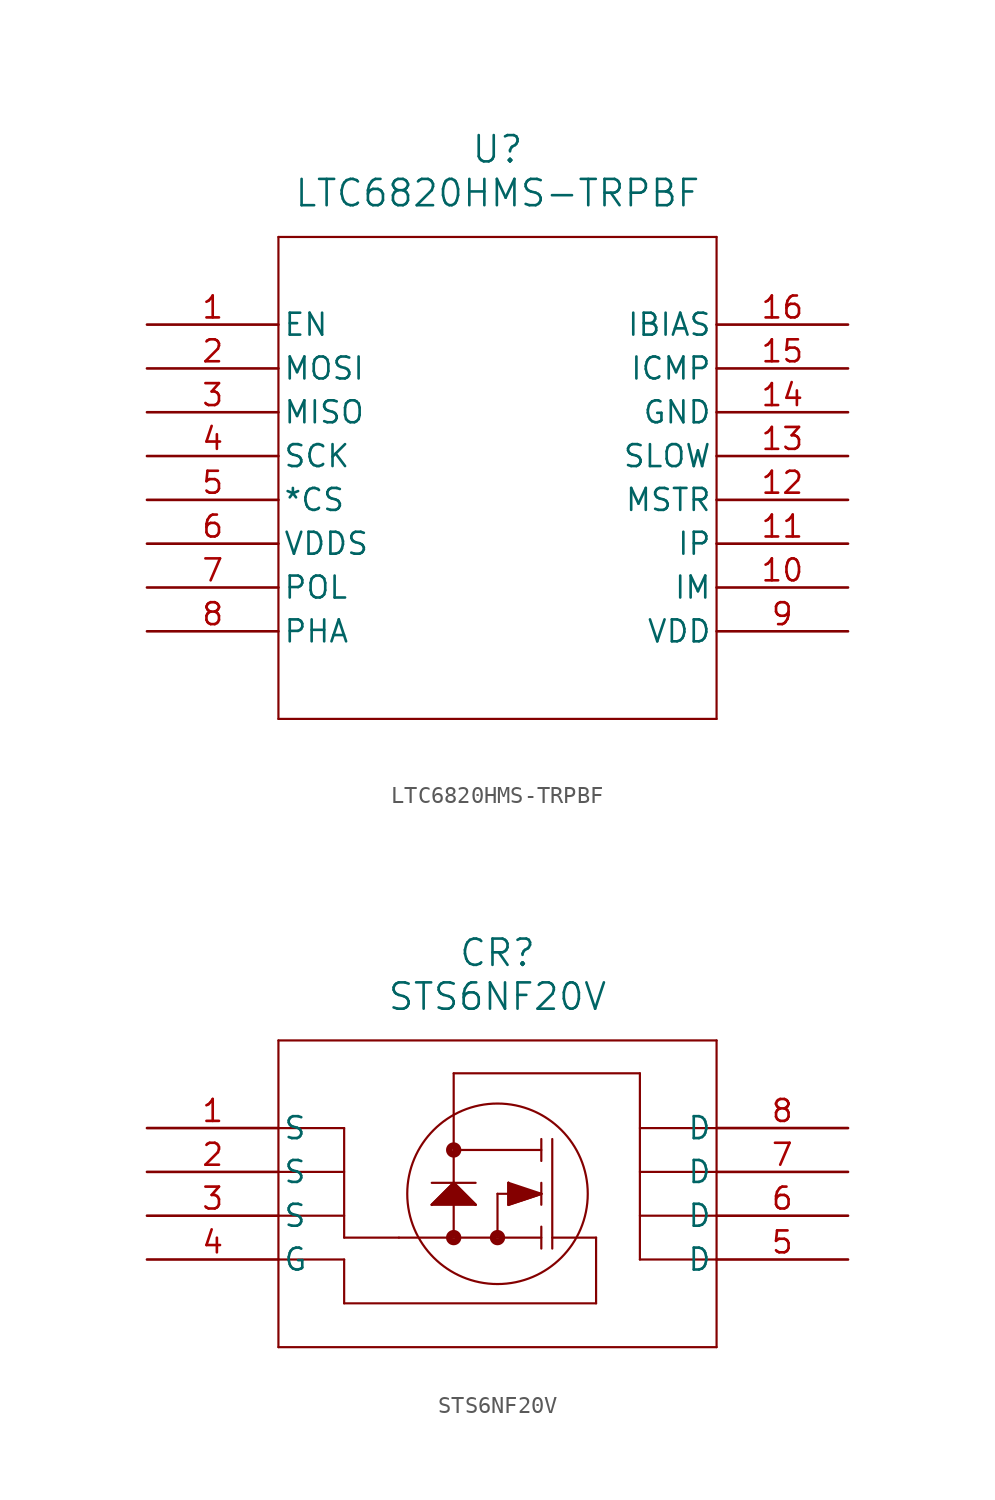
<source format=kicad_sym>
(kicad_symbol_lib
  (version 20231120)
  (generator "kicad_symbol_editor")
  (generator_version "8.0")
  (symbol "LTC6820HMS-TRPBF"
    (pin_names
      (offset 0.254))
    (property "Reference" "U"
      (at 20.32 10.16 0)
      (effects (font (size 1.524 1.524))))
    (property "Value" "LTC6820HMS-TRPBF"
      (at 20.32 7.62 0)
      (effects (font (size 1.524 1.524))))
    (property "ki_locked" ""
      (at 0 0 0)
      (effects (font (size 1.27 1.27))))
    (symbol "LTC6820HMS-TRPBF_0_1"
      (polyline (pts (xy 7.62 -22.86) (xy 33.02 -22.86)) (stroke (width 0.127) (type default)) (fill (type none)))
      (polyline (pts (xy 7.62 5.08) (xy 7.62 -22.86)) (stroke (width 0.127) (type default)) (fill (type none)))
      (polyline (pts (xy 33.02 -22.86) (xy 33.02 5.08)) (stroke (width 0.127) (type default)) (fill (type none)))
      (polyline (pts (xy 33.02 5.08) (xy 7.62 5.08)) (stroke (width 0.127) (type default)) (fill (type none)))
      (pin input line (at 0 0 0) (length 7.62) (name "EN" (effects (font (size 1.27 1.27)))) (number "1" (effects (font (size 1.27 1.27)))))
      (pin bidirectional line (at 40.64 -15.24 180) (length 7.62) (name "IM" (effects (font (size 1.27 1.27)))) (number "10" (effects (font (size 1.27 1.27)))))
      (pin bidirectional line (at 40.64 -12.7 180) (length 7.62) (name "IP" (effects (font (size 1.27 1.27)))) (number "11" (effects (font (size 1.27 1.27)))))
      (pin input line (at 40.64 -10.16 180) (length 7.62) (name "MSTR" (effects (font (size 1.27 1.27)))) (number "12" (effects (font (size 1.27 1.27)))))
      (pin input line (at 40.64 -7.62 180) (length 7.62) (name "SLOW" (effects (font (size 1.27 1.27)))) (number "13" (effects (font (size 1.27 1.27)))))
      (pin power_out line (at 40.64 -5.08 180) (length 7.62) (name "GND" (effects (font (size 1.27 1.27)))) (number "14" (effects (font (size 1.27 1.27)))))
      (pin unspecified line (at 40.64 -2.54 180) (length 7.62) (name "ICMP" (effects (font (size 1.27 1.27)))) (number "15" (effects (font (size 1.27 1.27)))))
      (pin power_in line (at 40.64 0 180) (length 7.62) (name "IBIAS" (effects (font (size 1.27 1.27)))) (number "16" (effects (font (size 1.27 1.27)))))
      (pin bidirectional line (at 0 -2.54 0) (length 7.62) (name "MOSI" (effects (font (size 1.27 1.27)))) (number "2" (effects (font (size 1.27 1.27)))))
      (pin bidirectional line (at 0 -5.08 0) (length 7.62) (name "MISO" (effects (font (size 1.27 1.27)))) (number "3" (effects (font (size 1.27 1.27)))))
      (pin bidirectional line (at 0 -7.62 0) (length 7.62) (name "SCK" (effects (font (size 1.27 1.27)))) (number "4" (effects (font (size 1.27 1.27)))))
      (pin bidirectional line (at 0 -10.16 0) (length 7.62) (name "*CS" (effects (font (size 1.27 1.27)))) (number "5" (effects (font (size 1.27 1.27)))))
      (pin power_in line (at 0 -12.7 0) (length 7.62) (name "VDDS" (effects (font (size 1.27 1.27)))) (number "6" (effects (font (size 1.27 1.27)))))
      (pin input line (at 0 -15.24 0) (length 7.62) (name "POL" (effects (font (size 1.27 1.27)))) (number "7" (effects (font (size 1.27 1.27)))))
      (pin input line (at 0 -17.78 0) (length 7.62) (name "PHA" (effects (font (size 1.27 1.27)))) (number "8" (effects (font (size 1.27 1.27)))))
      (pin power_in line (at 40.64 -17.78 180) (length 7.62) (name "VDD" (effects (font (size 1.27 1.27)))) (number "9" (effects (font (size 1.27 1.27)))))))
  (symbol "STS6NF20V"
    (pin_names
      (offset 0.254))
    (property "Reference" "CR"
      (at 20.32 10.16 0)
      (effects (font (size 1.524 1.524))))
    (property "Value" "STS6NF20V"
      (at 20.32 7.62 0)
      (effects (font (size 1.524 1.524))))
    (property "ki_locked" ""
      (at 0 0 0)
      (effects (font (size 1.27 1.27))))
    (symbol "STS6NF20V_0_1"
      (polyline (pts (xy 7.62 -12.7) (xy 33.02 -12.7)) (stroke (width 0.127) (type default)) (fill (type none)))
      (polyline (pts (xy 7.62 -5.08) (xy 11.43 -5.08)) (stroke (width 0.127) (type default)) (fill (type none)))
      (polyline (pts (xy 7.62 -2.54) (xy 11.43 -2.54)) (stroke (width 0.127) (type default)) (fill (type none)))
      (polyline (pts (xy 7.62 0) (xy 11.43 0)) (stroke (width 0.127) (type default)) (fill (type none)))
      (polyline (pts (xy 7.62 5.08) (xy 7.62 -12.7)) (stroke (width 0.127) (type default)) (fill (type none)))
      (polyline (pts (xy 11.43 -10.16) (xy 11.43 -7.62)) (stroke (width 0.127) (type default)) (fill (type none)))
      (polyline (pts (xy 11.43 -7.62) (xy 7.62 -7.62)) (stroke (width 0.127) (type default)) (fill (type none)))
      (polyline (pts (xy 11.43 -6.35) (xy 14.605 -6.35)) (stroke (width 0.127) (type default)) (fill (type none)))
      (polyline (pts (xy 11.43 0) (xy 11.43 -6.35)) (stroke (width 0.127) (type default)) (fill (type none)))
      (polyline (pts (xy 16.51 -4.445) (xy 17.78 -3.175)) (stroke (width 0.127) (type default)) (fill (type none)))
      (polyline (pts (xy 16.51 -4.445) (xy 19.05 -4.445)) (stroke (width 0.127) (type default)) (fill (type none)))
      (polyline (pts (xy 16.51 -3.175) (xy 19.05 -3.175)) (stroke (width 0.127) (type default)) (fill (type none)))
      (polyline (pts (xy 17.78 -6.35) (xy 17.78 3.175)) (stroke (width 0.127) (type default)) (fill (type none)))
      (polyline (pts (xy 17.78 3.175) (xy 28.575 3.175)) (stroke (width 0.127) (type default)) (fill (type none)))
      (polyline (pts (xy 19.05 -4.445) (xy 17.78 -3.175)) (stroke (width 0.127) (type default)) (fill (type none)))
      (polyline (pts (xy 20.32 -3.81) (xy 20.32 -6.35)) (stroke (width 0.127) (type default)) (fill (type none)))
      (polyline (pts (xy 20.32 -3.81) (xy 22.86 -3.81)) (stroke (width 0.127) (type default)) (fill (type none)))
      (polyline (pts (xy 20.955 -4.445) (xy 22.86 -3.81)) (stroke (width 0.127) (type default)) (fill (type none)))
      (polyline (pts (xy 20.955 -3.175) (xy 20.955 -4.445)) (stroke (width 0.127) (type default)) (fill (type none)))
      (polyline (pts (xy 22.86 -6.985) (xy 22.86 -5.715)) (stroke (width 0.127) (type default)) (fill (type none)))
      (polyline (pts (xy 22.86 -6.35) (xy 14.605 -6.35)) (stroke (width 0.127) (type default)) (fill (type none)))
      (polyline (pts (xy 22.86 -4.445) (xy 22.86 -3.175)) (stroke (width 0.127) (type default)) (fill (type none)))
      (polyline (pts (xy 22.86 -3.81) (xy 20.955 -3.175)) (stroke (width 0.127) (type default)) (fill (type none)))
      (polyline (pts (xy 22.86 -1.905) (xy 22.86 -0.635)) (stroke (width 0.127) (type default)) (fill (type none)))
      (polyline (pts (xy 22.86 -1.27) (xy 17.78 -1.27)) (stroke (width 0.127) (type default)) (fill (type none)))
      (polyline (pts (xy 23.495 -6.35) (xy 26.035 -6.35)) (stroke (width 0.127) (type default)) (fill (type none)))
      (polyline (pts (xy 23.495 -0.635) (xy 23.495 -6.985)) (stroke (width 0.127) (type default)) (fill (type none)))
      (polyline (pts (xy 26.035 -10.16) (xy 11.43 -10.16)) (stroke (width 0.127) (type default)) (fill (type none)))
      (polyline (pts (xy 26.035 -6.35) (xy 26.035 -10.16)) (stroke (width 0.127) (type default)) (fill (type none)))
      (polyline (pts (xy 28.575 -7.62) (xy 33.02 -7.62)) (stroke (width 0.127) (type default)) (fill (type none)))
      (polyline (pts (xy 28.575 3.175) (xy 28.575 -7.62)) (stroke (width 0.127) (type default)) (fill (type none)))
      (polyline (pts (xy 33.02 -12.7) (xy 33.02 5.08)) (stroke (width 0.127) (type default)) (fill (type none)))
      (polyline (pts (xy 33.02 -5.08) (xy 28.575 -5.08)) (stroke (width 0.127) (type default)) (fill (type none)))
      (polyline (pts (xy 33.02 -2.54) (xy 28.575 -2.54)) (stroke (width 0.127) (type default)) (fill (type none)))
      (polyline (pts (xy 33.02 0) (xy 28.575 0)) (stroke (width 0.127) (type default)) (fill (type none)))
      (polyline (pts (xy 33.02 5.08) (xy 7.62 5.08)) (stroke (width 0.127) (type default)) (fill (type none)))
      (polyline (pts (xy 16.51 -4.445) (xy 17.78 -3.175) (xy 19.05 -4.445)) (stroke (width 0) (type default)) (fill (type outline)))
      (polyline (pts (xy 20.955 -3.175) (xy 20.955 -4.445) (xy 22.86 -3.81)) (stroke (width 0) (type default)) (fill (type outline)))
      (circle (center 17.78 -6.35) (radius 0.254) (stroke (width 0.381) (type default)) (fill (type none)))
      (circle (center 17.78 -1.27) (radius 0.254) (stroke (width 0.381) (type default)) (fill (type none)))
      (circle (center 20.32 -6.35) (radius 0.254) (stroke (width 0.381) (type default)) (fill (type none)))
      (circle (center 20.32 -3.81) (radius 5.232) (stroke (width 0.127) (type default)) (fill (type none)))
      (pin unspecified line (at 0 0 0) (length 7.62) (name "S" (effects (font (size 1.27 1.27)))) (number "1" (effects (font (size 1.27 1.27)))))
      (pin unspecified line (at 0 -2.54 0) (length 7.62) (name "S" (effects (font (size 1.27 1.27)))) (number "2" (effects (font (size 1.27 1.27)))))
      (pin unspecified line (at 0 -5.08 0) (length 7.62) (name "S" (effects (font (size 1.27 1.27)))) (number "3" (effects (font (size 1.27 1.27)))))
      (pin unspecified line (at 0 -7.62 0) (length 7.62) (name "G" (effects (font (size 1.27 1.27)))) (number "4" (effects (font (size 1.27 1.27)))))
      (pin unspecified line (at 40.64 -7.62 180) (length 7.62) (name "D" (effects (font (size 1.27 1.27)))) (number "5" (effects (font (size 1.27 1.27)))))
      (pin unspecified line (at 40.64 -5.08 180) (length 7.62) (name "D" (effects (font (size 1.27 1.27)))) (number "6" (effects (font (size 1.27 1.27)))))
      (pin unspecified line (at 40.64 -2.54 180) (length 7.62) (name "D" (effects (font (size 1.27 1.27)))) (number "7" (effects (font (size 1.27 1.27)))))
      (pin unspecified line (at 40.64 0 180) (length 7.62) (name "D" (effects (font (size 1.27 1.27)))) (number "8" (effects (font (size 1.27 1.27))))))))
</source>
